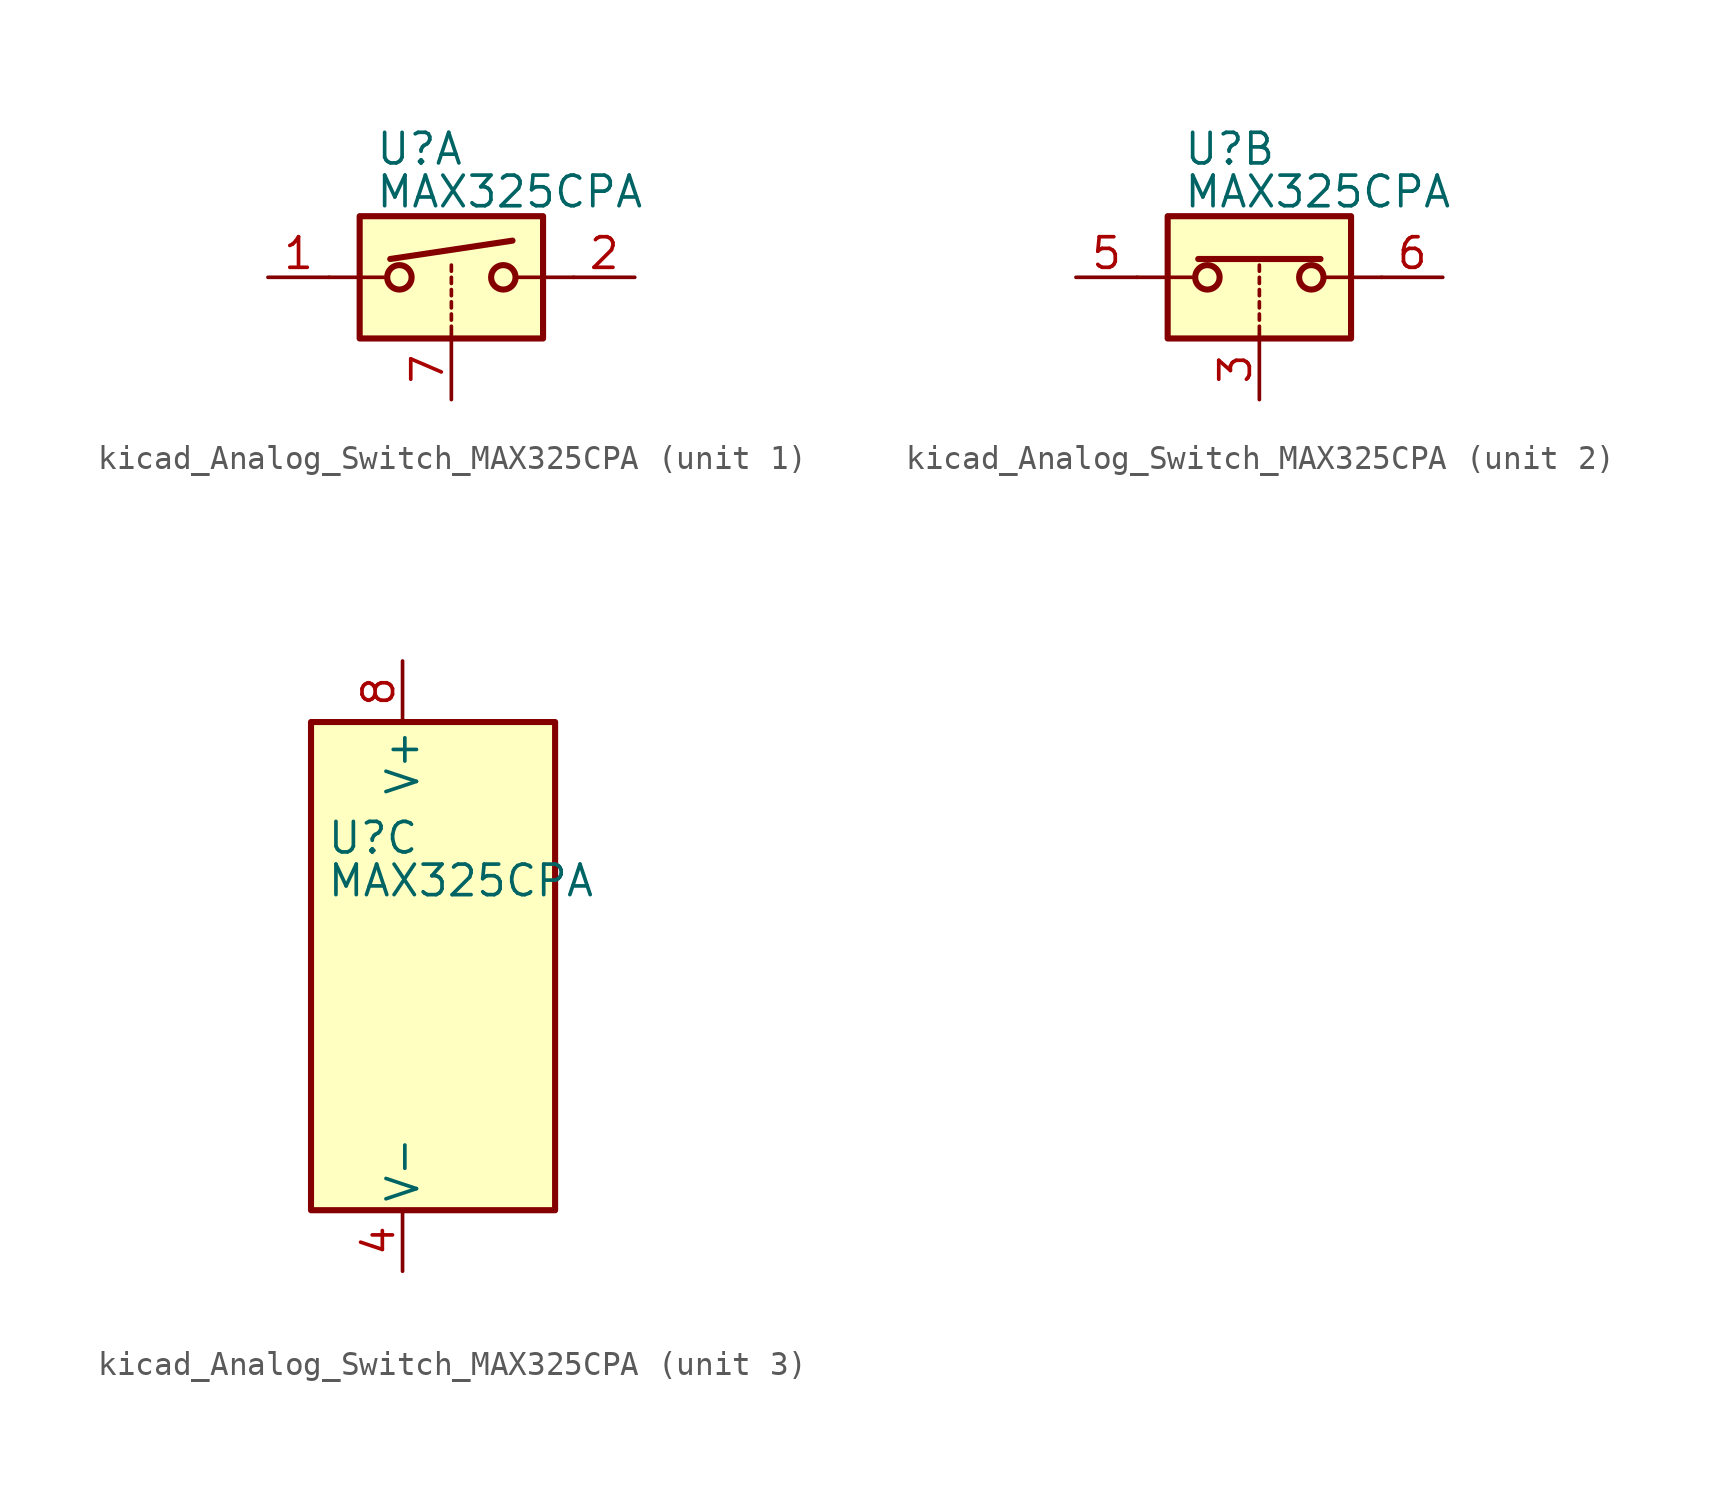
<source format=kicad_sym>
(kicad_symbol_lib
  (version 20220914)
  (generator kicad_symbol_editor)
  (symbol "kicad_Analog_Switch_MAX325CPA"
    (pin_names
      (offset 0.254))
    (property "Reference" "U"
      (at -3.175 5.334 0)
      (effects (font (size 1.27 1.27)) (justify left)))
    (property "Value" "MAX325CPA"
      (at -3.175 3.556 0)
      (effects (font (size 1.27 1.27)) (justify left)))
    (symbol "kicad_Analog_Switch_MAX325CPA_1_1"
      (rectangle (start -3.81 2.54) (end 3.81 -2.54) (stroke (width 0.254) (type default)) (fill (type background)))
      (circle (center -2.159 0) (radius 0.508) (stroke (width 0.254) (type default)) (fill (type none)))
      (polyline (pts (xy -5.08 0) (xy -2.794 0)) (stroke (width 0) (type default)) (fill (type none)))
      (polyline (pts (xy -2.54 0.762) (xy 2.54 1.524)) (stroke (width 0.254) (type default)) (fill (type none)))
      (polyline (pts (xy 0 -2.54) (xy 0 -2.032)) (stroke (width 0) (type default)) (fill (type none)))
      (polyline (pts (xy 0 -1.778) (xy 0 -1.524)) (stroke (width 0) (type default)) (fill (type none)))
      (polyline (pts (xy 0 -1.27) (xy 0 -1.016)) (stroke (width 0) (type default)) (fill (type none)))
      (polyline (pts (xy 0 -0.762) (xy 0 -0.508)) (stroke (width 0) (type default)) (fill (type none)))
      (polyline (pts (xy 0 -0.254) (xy 0 0)) (stroke (width 0) (type default)) (fill (type none)))
      (polyline (pts (xy 0 0.254) (xy 0 0.508)) (stroke (width 0) (type default)) (fill (type none)))
      (polyline (pts (xy 5.08 0) (xy 2.794 0)) (stroke (width 0) (type default)) (fill (type none)))
      (circle (center 2.159 0) (radius 0.508) (stroke (width 0.254) (type default)) (fill (type none)))
      (pin passive line (at -7.62 0 0) (length 2.54) (name "~" (effects (font (size 1.27 1.27)))) (number "1" (effects (font (size 1.27 1.27)))))
      (pin passive line (at 7.62 0 180) (length 2.54) (name "~" (effects (font (size 1.27 1.27)))) (number "2" (effects (font (size 1.27 1.27)))))
      (pin input line (at 0 -5.08 90) (length 2.54) (name "~" (effects (font (size 1.27 1.27)))) (number "7" (effects (font (size 1.27 1.27))))))
    (symbol "kicad_Analog_Switch_MAX325CPA_2_1"
      (rectangle (start -3.81 2.54) (end 3.81 -2.54) (stroke (width 0.254) (type default)) (fill (type background)))
      (circle (center -2.159 0) (radius 0.508) (stroke (width 0.254) (type default)) (fill (type none)))
      (polyline (pts (xy -5.08 0) (xy -2.794 0)) (stroke (width 0) (type default)) (fill (type none)))
      (polyline (pts (xy -2.54 0.762) (xy 2.54 0.762)) (stroke (width 0.254) (type default)) (fill (type none)))
      (polyline (pts (xy 0 -2.54) (xy 0 -2.032)) (stroke (width 0) (type default)) (fill (type none)))
      (polyline (pts (xy 0 -1.778) (xy 0 -1.524)) (stroke (width 0) (type default)) (fill (type none)))
      (polyline (pts (xy 0 -1.27) (xy 0 -1.016)) (stroke (width 0) (type default)) (fill (type none)))
      (polyline (pts (xy 0 -0.762) (xy 0 -0.508)) (stroke (width 0) (type default)) (fill (type none)))
      (polyline (pts (xy 0 -0.254) (xy 0 0)) (stroke (width 0) (type default)) (fill (type none)))
      (polyline (pts (xy 0 0.254) (xy 0 0.508)) (stroke (width 0) (type default)) (fill (type none)))
      (polyline (pts (xy 5.08 0) (xy 2.794 0)) (stroke (width 0) (type default)) (fill (type none)))
      (circle (center 2.159 0) (radius 0.508) (stroke (width 0.254) (type default)) (fill (type none)))
      (pin input line (at 0 -5.08 90) (length 2.54) (name "~" (effects (font (size 1.27 1.27)))) (number "3" (effects (font (size 1.27 1.27)))))
      (pin passive line (at -7.62 0 0) (length 2.54) (name "~" (effects (font (size 1.27 1.27)))) (number "5" (effects (font (size 1.27 1.27)))))
      (pin passive line (at 7.62 0 180) (length 2.54) (name "~" (effects (font (size 1.27 1.27)))) (number "6" (effects (font (size 1.27 1.27))))))
    (symbol "kicad_Analog_Switch_MAX325CPA_3_0"
      (pin power_in line (at 0 -12.7 90) (length 2.54) (name "V-" (effects (font (size 1.27 1.27)))) (number "4" (effects (font (size 1.27 1.27)))))
      (pin power_in line (at 0 12.7 270) (length 2.54) (name "V+" (effects (font (size 1.27 1.27)))) (number "8" (effects (font (size 1.27 1.27))))))
    (symbol "kicad_Analog_Switch_MAX325CPA_3_1"
      (rectangle (start -3.81 10.16) (end 6.35 -10.16) (stroke (width 0.254) (type default)) (fill (type background))))))
</source>
